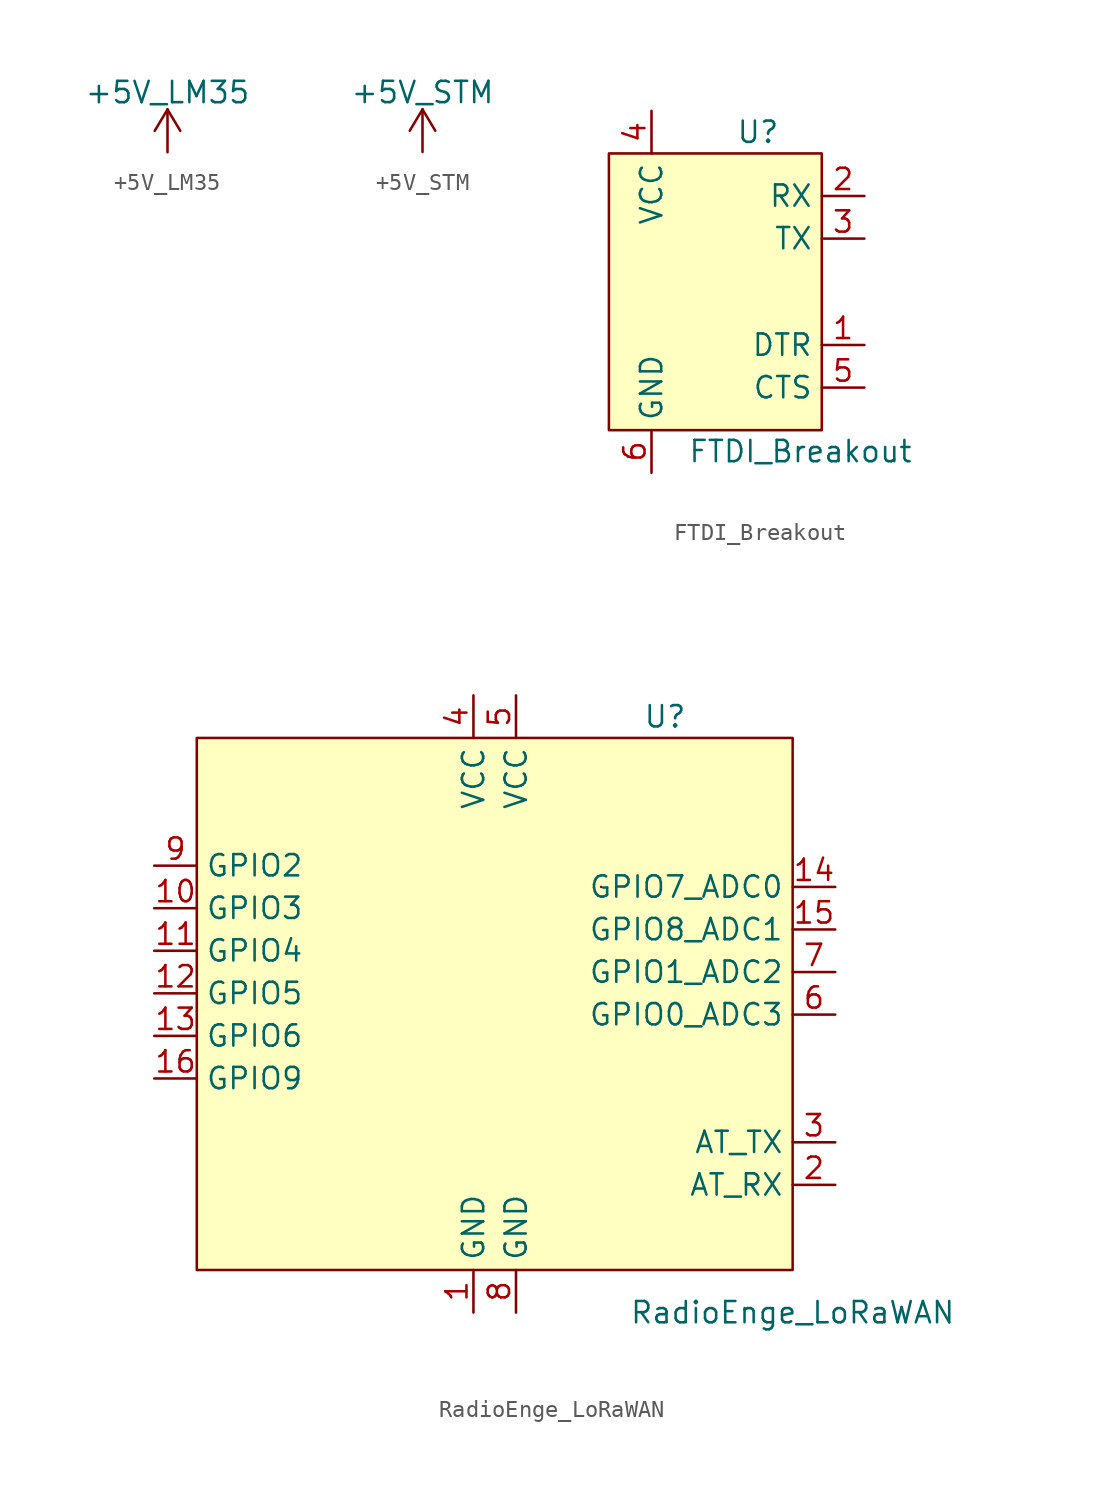
<source format=kicad_sym>
(kicad_symbol_lib
  (version 20211014)
  (generator kicad_symbol_editor)
  (symbol "+5V_LM35"
    (power)
    (pin_names
      (offset 0))
    (property "Reference" "#PWR"
      (at 0 -3.81 0)
      (effects (font (size 1.27 1.27)) hide))
    (property "Value" "+5V_LM35"
      (at 0 3.556 0)
      (effects (font (size 1.27 1.27))))
    (symbol "+5V_LM35_0_1"
      (polyline (pts (xy -0.762 1.27) (xy 0 2.54)) (stroke (width 0) (type default) (color 0 0 0 0)) (fill (type none)))
      (polyline (pts (xy 0 0) (xy 0 2.54)) (stroke (width 0) (type default) (color 0 0 0 0)) (fill (type none)))
      (polyline (pts (xy 0 2.54) (xy 0.762 1.27)) (stroke (width 0) (type default) (color 0 0 0 0)) (fill (type none))))
    (symbol "+5V_LM35_1_1"
      (pin power_in line (at 0 0 90) (length 0) hide (name "+5V_LM35" (effects (font (size 1.27 1.27)))) (number "1" (effects (font (size 1.27 1.27)))))))
  (symbol "+5V_STM"
    (power)
    (pin_names
      (offset 0))
    (property "Reference" "#PWR"
      (at 0 -3.81 0)
      (effects (font (size 1.27 1.27)) hide))
    (property "Value" "+5V_STM"
      (at 0 3.556 0)
      (effects (font (size 1.27 1.27))))
    (symbol "+5V_STM_0_1"
      (polyline (pts (xy -0.762 1.27) (xy 0 2.54)) (stroke (width 0) (type default) (color 0 0 0 0)) (fill (type none)))
      (polyline (pts (xy 0 0) (xy 0 2.54)) (stroke (width 0) (type default) (color 0 0 0 0)) (fill (type none)))
      (polyline (pts (xy 0 2.54) (xy 0.762 1.27)) (stroke (width 0) (type default) (color 0 0 0 0)) (fill (type none))))
    (symbol "+5V_STM_1_1"
      (pin power_in line (at 0 0 90) (length 0) hide (name "+5V" (effects (font (size 1.27 1.27)))) (number "1" (effects (font (size 1.27 1.27)))))))
  (symbol "FTDI_Breakout"
    (property "Reference" "U"
      (at 2.54 10.16 0)
      (effects (font (size 1.27 1.27))))
    (property "Value" "FTDI_Breakout"
      (at 5.08 -8.89 0)
      (effects (font (size 1.27 1.27))))
    (symbol "FTDI_Breakout_0_1"
      (rectangle (start -6.35 8.89) (end 6.35 -7.62) (stroke (width 0.152) (type default) (color 0 0 0 0)) (fill (type background))))
    (symbol "FTDI_Breakout_1_1"
      (pin input line (at 8.89 -2.54 180) (length 2.54) (name "DTR" (effects (font (size 1.27 1.27)))) (number "1" (effects (font (size 1.27 1.27)))))
      (pin input line (at 8.89 6.35 180) (length 2.54) (name "RX" (effects (font (size 1.27 1.27)))) (number "2" (effects (font (size 1.27 1.27)))))
      (pin output line (at 8.89 3.81 180) (length 2.54) (name "TX" (effects (font (size 1.27 1.27)))) (number "3" (effects (font (size 1.27 1.27)))))
      (pin power_out line (at -3.81 11.43 270) (length 2.54) (name "VCC" (effects (font (size 1.27 1.27)))) (number "4" (effects (font (size 1.27 1.27)))))
      (pin output line (at 8.89 -5.08 180) (length 2.54) (name "CTS" (effects (font (size 1.27 1.27)))) (number "5" (effects (font (size 1.27 1.27)))))
      (pin power_in line (at -3.81 -10.16 90) (length 2.54) (name "GND" (effects (font (size 1.27 1.27)))) (number "6" (effects (font (size 1.27 1.27)))))))
  (symbol "RadioEnge_LoRaWAN"
    (property "Reference" "U"
      (at 10.16 16.51 0)
      (effects (font (size 1.27 1.27))))
    (property "Value" "RadioEnge_LoRaWAN"
      (at 17.78 -19.05 0)
      (effects (font (size 1.27 1.27))))
    (symbol "RadioEnge_LoRaWAN_0_1"
      (rectangle (start -17.78 15.24) (end 17.78 -16.51) (stroke (width 0.152) (type default) (color 0 0 0 0)) (fill (type background)))
      (rectangle (start 6.35 6.35) (end 6.35 6.35) (stroke (width 0.152) (type default) (color 0 0 0 0)) (fill (type none))))
    (symbol "RadioEnge_LoRaWAN_1_1"
      (pin power_in line (at -1.27 -19.05 90) (length 2.54) (name "GND" (effects (font (size 1.27 1.27)))) (number "1" (effects (font (size 1.27 1.27)))))
      (pin bidirectional line (at -20.32 5.08 0) (length 2.54) (name "GPIO3" (effects (font (size 1.27 1.27)))) (number "10" (effects (font (size 1.27 1.27)))))
      (pin bidirectional line (at -20.32 2.54 0) (length 2.54) (name "GPIO4" (effects (font (size 1.27 1.27)))) (number "11" (effects (font (size 1.27 1.27)))))
      (pin bidirectional line (at -20.32 0 0) (length 2.54) (name "GPIO5" (effects (font (size 1.27 1.27)))) (number "12" (effects (font (size 1.27 1.27)))))
      (pin bidirectional line (at -20.32 -2.54 0) (length 2.54) (name "GPIO6" (effects (font (size 1.27 1.27)))) (number "13" (effects (font (size 1.27 1.27)))))
      (pin bidirectional line (at 20.32 6.35 180) (length 2.54) (name "GPIO7_ADC0" (effects (font (size 1.27 1.27)))) (number "14" (effects (font (size 1.27 1.27)))))
      (pin bidirectional line (at 20.32 3.81 180) (length 2.54) (name "GPIO8_ADC1" (effects (font (size 1.27 1.27)))) (number "15" (effects (font (size 1.27 1.27)))))
      (pin bidirectional line (at -20.32 -5.08 0) (length 2.54) (name "GPIO9" (effects (font (size 1.27 1.27)))) (number "16" (effects (font (size 1.27 1.27)))))
      (pin input line (at 20.32 -11.43 180) (length 2.54) (name "AT_RX" (effects (font (size 1.27 1.27)))) (number "2" (effects (font (size 1.27 1.27)))))
      (pin output line (at 20.32 -8.89 180) (length 2.54) (name "AT_TX" (effects (font (size 1.27 1.27)))) (number "3" (effects (font (size 1.27 1.27)))))
      (pin power_in line (at -1.27 17.78 270) (length 2.54) (name "VCC" (effects (font (size 1.27 1.27)))) (number "4" (effects (font (size 1.27 1.27)))))
      (pin power_in line (at 1.27 17.78 270) (length 2.54) (name "VCC" (effects (font (size 1.27 1.27)))) (number "5" (effects (font (size 1.27 1.27)))))
      (pin bidirectional line (at 20.32 -1.27 180) (length 2.54) (name "GPIO0_ADC3" (effects (font (size 1.27 1.27)))) (number "6" (effects (font (size 1.27 1.27)))))
      (pin input line (at 20.32 1.27 180) (length 2.54) (name "GPIO1_ADC2" (effects (font (size 1.27 1.27)))) (number "7" (effects (font (size 1.27 1.27)))))
      (pin power_in line (at 1.27 -19.05 90) (length 2.54) (name "GND" (effects (font (size 1.27 1.27)))) (number "8" (effects (font (size 1.27 1.27)))))
      (pin bidirectional line (at -20.32 7.62 0) (length 2.54) (name "GPIO2" (effects (font (size 1.27 1.27)))) (number "9" (effects (font (size 1.27 1.27))))))))
</source>
